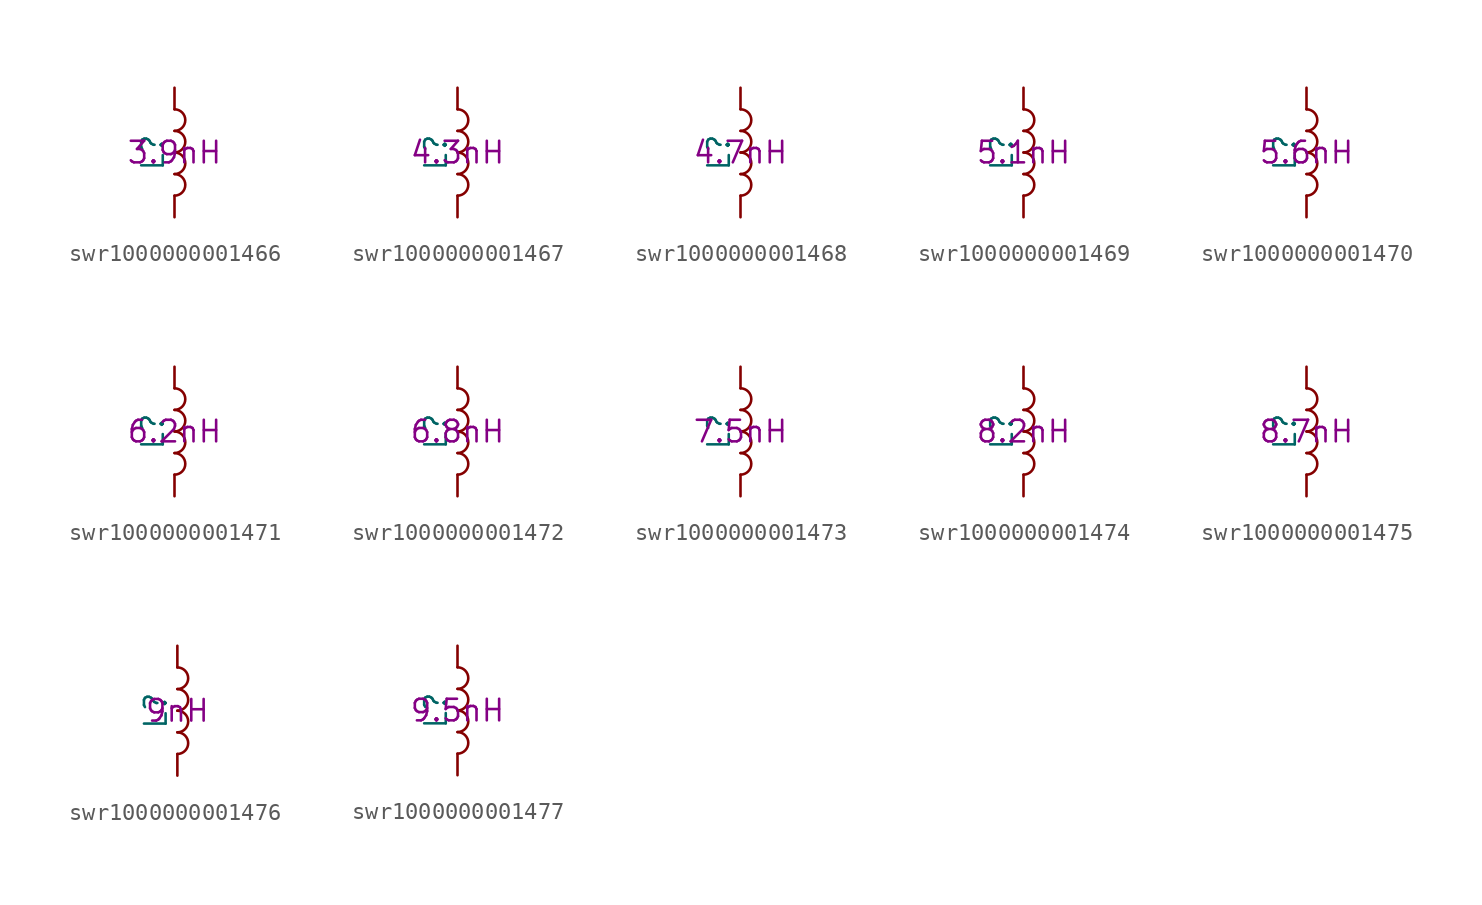
<source format=kicad_sym>
(kicad_symbol_lib
  (version 20220914)
  (generator kicad_symbol_editor)
  (symbol "swr1000000001466"
    (pin_numbers hide)
    (pin_names
      (offset 1.016) hide)
    (property "Reference" "L"
      (at -1.27 0 90)
      (effects (font (size 1.27 1.27))))
    (property "PartValue" "3.9nH"
      (at 0 0 0)
      (effects (font (size 1.27 1.27))))
    (symbol "swr1000000001466_0_1"
      (arc (start 0 -2.54) (mid 0.6323 -1.905) (end 0 -1.27) (stroke (width 0) (type default)) (fill (type none)))
      (arc (start 0 -1.27) (mid 0.6323 -0.635) (end 0 0) (stroke (width 0) (type default)) (fill (type none)))
      (arc (start 0 0) (mid 0.6323 0.635) (end 0 1.27) (stroke (width 0) (type default)) (fill (type none)))
      (arc (start 0 1.27) (mid 0.6323 1.905) (end 0 2.54) (stroke (width 0) (type default)) (fill (type none))))
    (symbol "swr1000000001466_1_1"
      (pin passive line (at 0 3.81 270) (length 1.27) (name "1" (effects (font (size 1.27 1.27)))) (number "1" (effects (font (size 1.27 1.27)))))
      (pin passive line (at 0 -3.81 90) (length 1.27) (name "2" (effects (font (size 1.27 1.27)))) (number "2" (effects (font (size 1.27 1.27)))))))
  (symbol "swr1000000001467"
    (pin_numbers hide)
    (pin_names
      (offset 1.016) hide)
    (property "Reference" "L"
      (at -1.27 0 90)
      (effects (font (size 1.27 1.27))))
    (property "PartValue" "4.3nH"
      (at 0 0 0)
      (effects (font (size 1.27 1.27))))
    (symbol "swr1000000001467_0_1"
      (arc (start 0 -2.54) (mid 0.6323 -1.905) (end 0 -1.27) (stroke (width 0) (type default)) (fill (type none)))
      (arc (start 0 -1.27) (mid 0.6323 -0.635) (end 0 0) (stroke (width 0) (type default)) (fill (type none)))
      (arc (start 0 0) (mid 0.6323 0.635) (end 0 1.27) (stroke (width 0) (type default)) (fill (type none)))
      (arc (start 0 1.27) (mid 0.6323 1.905) (end 0 2.54) (stroke (width 0) (type default)) (fill (type none))))
    (symbol "swr1000000001467_1_1"
      (pin passive line (at 0 3.81 270) (length 1.27) (name "1" (effects (font (size 1.27 1.27)))) (number "1" (effects (font (size 1.27 1.27)))))
      (pin passive line (at 0 -3.81 90) (length 1.27) (name "2" (effects (font (size 1.27 1.27)))) (number "2" (effects (font (size 1.27 1.27)))))))
  (symbol "swr1000000001468"
    (pin_numbers hide)
    (pin_names
      (offset 1.016) hide)
    (property "Reference" "L"
      (at -1.27 0 90)
      (effects (font (size 1.27 1.27))))
    (property "PartValue" "4.7nH"
      (at 0 0 0)
      (effects (font (size 1.27 1.27))))
    (symbol "swr1000000001468_0_1"
      (arc (start 0 -2.54) (mid 0.6323 -1.905) (end 0 -1.27) (stroke (width 0) (type default)) (fill (type none)))
      (arc (start 0 -1.27) (mid 0.6323 -0.635) (end 0 0) (stroke (width 0) (type default)) (fill (type none)))
      (arc (start 0 0) (mid 0.6323 0.635) (end 0 1.27) (stroke (width 0) (type default)) (fill (type none)))
      (arc (start 0 1.27) (mid 0.6323 1.905) (end 0 2.54) (stroke (width 0) (type default)) (fill (type none))))
    (symbol "swr1000000001468_1_1"
      (pin passive line (at 0 3.81 270) (length 1.27) (name "1" (effects (font (size 1.27 1.27)))) (number "1" (effects (font (size 1.27 1.27)))))
      (pin passive line (at 0 -3.81 90) (length 1.27) (name "2" (effects (font (size 1.27 1.27)))) (number "2" (effects (font (size 1.27 1.27)))))))
  (symbol "swr1000000001469"
    (pin_numbers hide)
    (pin_names
      (offset 1.016) hide)
    (property "Reference" "L"
      (at -1.27 0 90)
      (effects (font (size 1.27 1.27))))
    (property "PartValue" "5.1nH"
      (at 0 0 0)
      (effects (font (size 1.27 1.27))))
    (symbol "swr1000000001469_0_1"
      (arc (start 0 -2.54) (mid 0.6323 -1.905) (end 0 -1.27) (stroke (width 0) (type default)) (fill (type none)))
      (arc (start 0 -1.27) (mid 0.6323 -0.635) (end 0 0) (stroke (width 0) (type default)) (fill (type none)))
      (arc (start 0 0) (mid 0.6323 0.635) (end 0 1.27) (stroke (width 0) (type default)) (fill (type none)))
      (arc (start 0 1.27) (mid 0.6323 1.905) (end 0 2.54) (stroke (width 0) (type default)) (fill (type none))))
    (symbol "swr1000000001469_1_1"
      (pin passive line (at 0 3.81 270) (length 1.27) (name "1" (effects (font (size 1.27 1.27)))) (number "1" (effects (font (size 1.27 1.27)))))
      (pin passive line (at 0 -3.81 90) (length 1.27) (name "2" (effects (font (size 1.27 1.27)))) (number "2" (effects (font (size 1.27 1.27)))))))
  (symbol "swr1000000001470"
    (pin_numbers hide)
    (pin_names
      (offset 1.016) hide)
    (property "Reference" "L"
      (at -1.27 0 90)
      (effects (font (size 1.27 1.27))))
    (property "PartValue" "5.6nH"
      (at 0 0 0)
      (effects (font (size 1.27 1.27))))
    (symbol "swr1000000001470_0_1"
      (arc (start 0 -2.54) (mid 0.6323 -1.905) (end 0 -1.27) (stroke (width 0) (type default)) (fill (type none)))
      (arc (start 0 -1.27) (mid 0.6323 -0.635) (end 0 0) (stroke (width 0) (type default)) (fill (type none)))
      (arc (start 0 0) (mid 0.6323 0.635) (end 0 1.27) (stroke (width 0) (type default)) (fill (type none)))
      (arc (start 0 1.27) (mid 0.6323 1.905) (end 0 2.54) (stroke (width 0) (type default)) (fill (type none))))
    (symbol "swr1000000001470_1_1"
      (pin passive line (at 0 3.81 270) (length 1.27) (name "1" (effects (font (size 1.27 1.27)))) (number "1" (effects (font (size 1.27 1.27)))))
      (pin passive line (at 0 -3.81 90) (length 1.27) (name "2" (effects (font (size 1.27 1.27)))) (number "2" (effects (font (size 1.27 1.27)))))))
  (symbol "swr1000000001471"
    (pin_numbers hide)
    (pin_names
      (offset 1.016) hide)
    (property "Reference" "L"
      (at -1.27 0 90)
      (effects (font (size 1.27 1.27))))
    (property "PartValue" "6.2nH"
      (at 0 0 0)
      (effects (font (size 1.27 1.27))))
    (symbol "swr1000000001471_0_1"
      (arc (start 0 -2.54) (mid 0.6323 -1.905) (end 0 -1.27) (stroke (width 0) (type default)) (fill (type none)))
      (arc (start 0 -1.27) (mid 0.6323 -0.635) (end 0 0) (stroke (width 0) (type default)) (fill (type none)))
      (arc (start 0 0) (mid 0.6323 0.635) (end 0 1.27) (stroke (width 0) (type default)) (fill (type none)))
      (arc (start 0 1.27) (mid 0.6323 1.905) (end 0 2.54) (stroke (width 0) (type default)) (fill (type none))))
    (symbol "swr1000000001471_1_1"
      (pin passive line (at 0 3.81 270) (length 1.27) (name "1" (effects (font (size 1.27 1.27)))) (number "1" (effects (font (size 1.27 1.27)))))
      (pin passive line (at 0 -3.81 90) (length 1.27) (name "2" (effects (font (size 1.27 1.27)))) (number "2" (effects (font (size 1.27 1.27)))))))
  (symbol "swr1000000001472"
    (pin_numbers hide)
    (pin_names
      (offset 1.016) hide)
    (property "Reference" "L"
      (at -1.27 0 90)
      (effects (font (size 1.27 1.27))))
    (property "PartValue" "6.8nH"
      (at 0 0 0)
      (effects (font (size 1.27 1.27))))
    (symbol "swr1000000001472_0_1"
      (arc (start 0 -2.54) (mid 0.6323 -1.905) (end 0 -1.27) (stroke (width 0) (type default)) (fill (type none)))
      (arc (start 0 -1.27) (mid 0.6323 -0.635) (end 0 0) (stroke (width 0) (type default)) (fill (type none)))
      (arc (start 0 0) (mid 0.6323 0.635) (end 0 1.27) (stroke (width 0) (type default)) (fill (type none)))
      (arc (start 0 1.27) (mid 0.6323 1.905) (end 0 2.54) (stroke (width 0) (type default)) (fill (type none))))
    (symbol "swr1000000001472_1_1"
      (pin passive line (at 0 3.81 270) (length 1.27) (name "1" (effects (font (size 1.27 1.27)))) (number "1" (effects (font (size 1.27 1.27)))))
      (pin passive line (at 0 -3.81 90) (length 1.27) (name "2" (effects (font (size 1.27 1.27)))) (number "2" (effects (font (size 1.27 1.27)))))))
  (symbol "swr1000000001473"
    (pin_numbers hide)
    (pin_names
      (offset 1.016) hide)
    (property "Reference" "L"
      (at -1.27 0 90)
      (effects (font (size 1.27 1.27))))
    (property "PartValue" "7.5nH"
      (at 0 0 0)
      (effects (font (size 1.27 1.27))))
    (symbol "swr1000000001473_0_1"
      (arc (start 0 -2.54) (mid 0.6323 -1.905) (end 0 -1.27) (stroke (width 0) (type default)) (fill (type none)))
      (arc (start 0 -1.27) (mid 0.6323 -0.635) (end 0 0) (stroke (width 0) (type default)) (fill (type none)))
      (arc (start 0 0) (mid 0.6323 0.635) (end 0 1.27) (stroke (width 0) (type default)) (fill (type none)))
      (arc (start 0 1.27) (mid 0.6323 1.905) (end 0 2.54) (stroke (width 0) (type default)) (fill (type none))))
    (symbol "swr1000000001473_1_1"
      (pin passive line (at 0 3.81 270) (length 1.27) (name "1" (effects (font (size 1.27 1.27)))) (number "1" (effects (font (size 1.27 1.27)))))
      (pin passive line (at 0 -3.81 90) (length 1.27) (name "2" (effects (font (size 1.27 1.27)))) (number "2" (effects (font (size 1.27 1.27)))))))
  (symbol "swr1000000001474"
    (pin_numbers hide)
    (pin_names
      (offset 1.016) hide)
    (property "Reference" "L"
      (at -1.27 0 90)
      (effects (font (size 1.27 1.27))))
    (property "PartValue" "8.2nH"
      (at 0 0 0)
      (effects (font (size 1.27 1.27))))
    (symbol "swr1000000001474_0_1"
      (arc (start 0 -2.54) (mid 0.6323 -1.905) (end 0 -1.27) (stroke (width 0) (type default)) (fill (type none)))
      (arc (start 0 -1.27) (mid 0.6323 -0.635) (end 0 0) (stroke (width 0) (type default)) (fill (type none)))
      (arc (start 0 0) (mid 0.6323 0.635) (end 0 1.27) (stroke (width 0) (type default)) (fill (type none)))
      (arc (start 0 1.27) (mid 0.6323 1.905) (end 0 2.54) (stroke (width 0) (type default)) (fill (type none))))
    (symbol "swr1000000001474_1_1"
      (pin passive line (at 0 3.81 270) (length 1.27) (name "1" (effects (font (size 1.27 1.27)))) (number "1" (effects (font (size 1.27 1.27)))))
      (pin passive line (at 0 -3.81 90) (length 1.27) (name "2" (effects (font (size 1.27 1.27)))) (number "2" (effects (font (size 1.27 1.27)))))))
  (symbol "swr1000000001475"
    (pin_numbers hide)
    (pin_names
      (offset 1.016) hide)
    (property "Reference" "L"
      (at -1.27 0 90)
      (effects (font (size 1.27 1.27))))
    (property "PartValue" "8.7nH"
      (at 0 0 0)
      (effects (font (size 1.27 1.27))))
    (symbol "swr1000000001475_0_1"
      (arc (start 0 -2.54) (mid 0.6323 -1.905) (end 0 -1.27) (stroke (width 0) (type default)) (fill (type none)))
      (arc (start 0 -1.27) (mid 0.6323 -0.635) (end 0 0) (stroke (width 0) (type default)) (fill (type none)))
      (arc (start 0 0) (mid 0.6323 0.635) (end 0 1.27) (stroke (width 0) (type default)) (fill (type none)))
      (arc (start 0 1.27) (mid 0.6323 1.905) (end 0 2.54) (stroke (width 0) (type default)) (fill (type none))))
    (symbol "swr1000000001475_1_1"
      (pin passive line (at 0 3.81 270) (length 1.27) (name "1" (effects (font (size 1.27 1.27)))) (number "1" (effects (font (size 1.27 1.27)))))
      (pin passive line (at 0 -3.81 90) (length 1.27) (name "2" (effects (font (size 1.27 1.27)))) (number "2" (effects (font (size 1.27 1.27)))))))
  (symbol "swr1000000001476"
    (pin_numbers hide)
    (pin_names
      (offset 1.016) hide)
    (property "Reference" "L"
      (at -1.27 0 90)
      (effects (font (size 1.27 1.27))))
    (property "PartValue" "9nH"
      (at 0 0 0)
      (effects (font (size 1.27 1.27))))
    (symbol "swr1000000001476_0_1"
      (arc (start 0 -2.54) (mid 0.6323 -1.905) (end 0 -1.27) (stroke (width 0) (type default)) (fill (type none)))
      (arc (start 0 -1.27) (mid 0.6323 -0.635) (end 0 0) (stroke (width 0) (type default)) (fill (type none)))
      (arc (start 0 0) (mid 0.6323 0.635) (end 0 1.27) (stroke (width 0) (type default)) (fill (type none)))
      (arc (start 0 1.27) (mid 0.6323 1.905) (end 0 2.54) (stroke (width 0) (type default)) (fill (type none))))
    (symbol "swr1000000001476_1_1"
      (pin passive line (at 0 3.81 270) (length 1.27) (name "1" (effects (font (size 1.27 1.27)))) (number "1" (effects (font (size 1.27 1.27)))))
      (pin passive line (at 0 -3.81 90) (length 1.27) (name "2" (effects (font (size 1.27 1.27)))) (number "2" (effects (font (size 1.27 1.27)))))))
  (symbol "swr1000000001477"
    (pin_numbers hide)
    (pin_names
      (offset 1.016) hide)
    (property "Reference" "L"
      (at -1.27 0 90)
      (effects (font (size 1.27 1.27))))
    (property "PartValue" "9.5nH"
      (at 0 0 0)
      (effects (font (size 1.27 1.27))))
    (symbol "swr1000000001477_0_1"
      (arc (start 0 -2.54) (mid 0.6323 -1.905) (end 0 -1.27) (stroke (width 0) (type default)) (fill (type none)))
      (arc (start 0 -1.27) (mid 0.6323 -0.635) (end 0 0) (stroke (width 0) (type default)) (fill (type none)))
      (arc (start 0 0) (mid 0.6323 0.635) (end 0 1.27) (stroke (width 0) (type default)) (fill (type none)))
      (arc (start 0 1.27) (mid 0.6323 1.905) (end 0 2.54) (stroke (width 0) (type default)) (fill (type none))))
    (symbol "swr1000000001477_1_1"
      (pin passive line (at 0 3.81 270) (length 1.27) (name "1" (effects (font (size 1.27 1.27)))) (number "1" (effects (font (size 1.27 1.27)))))
      (pin passive line (at 0 -3.81 90) (length 1.27) (name "2" (effects (font (size 1.27 1.27)))) (number "2" (effects (font (size 1.27 1.27))))))))
</source>
